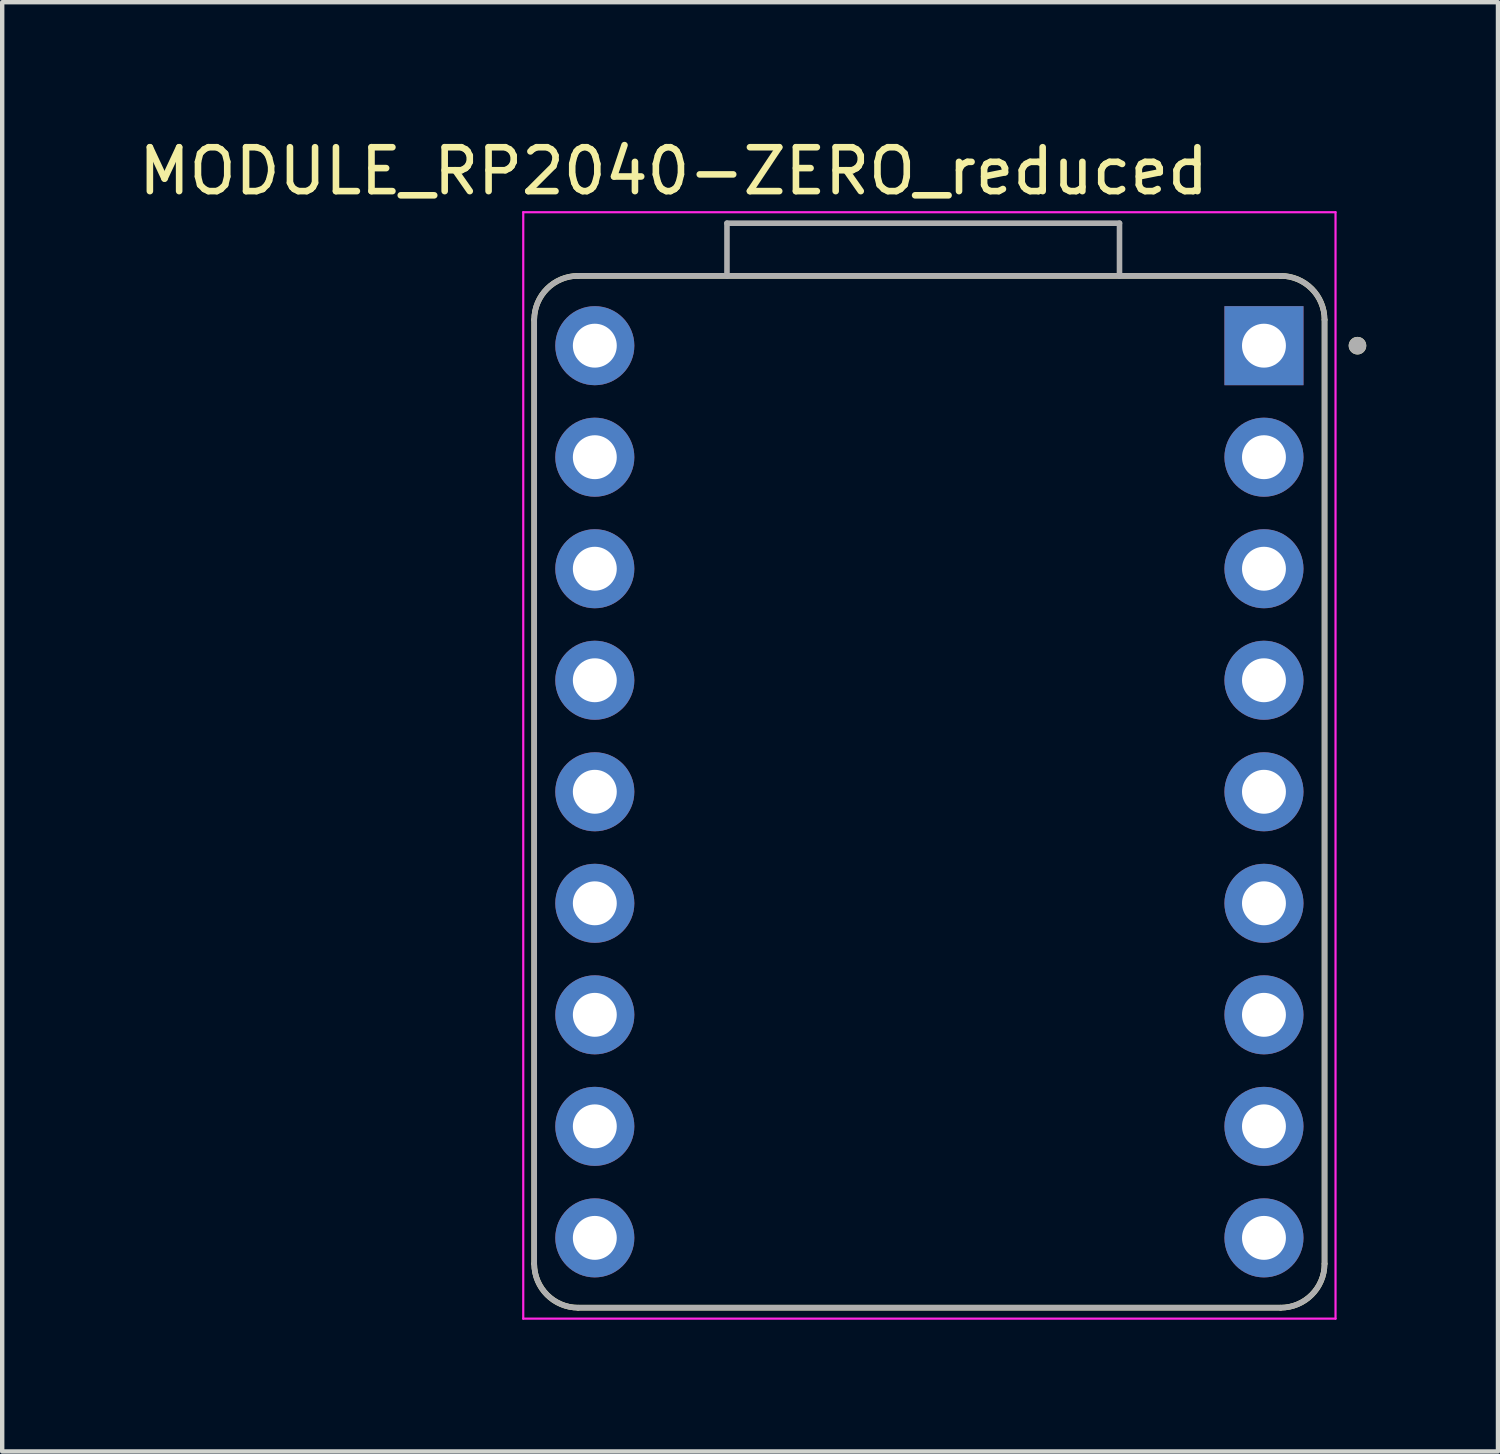
<source format=kicad_pcb>
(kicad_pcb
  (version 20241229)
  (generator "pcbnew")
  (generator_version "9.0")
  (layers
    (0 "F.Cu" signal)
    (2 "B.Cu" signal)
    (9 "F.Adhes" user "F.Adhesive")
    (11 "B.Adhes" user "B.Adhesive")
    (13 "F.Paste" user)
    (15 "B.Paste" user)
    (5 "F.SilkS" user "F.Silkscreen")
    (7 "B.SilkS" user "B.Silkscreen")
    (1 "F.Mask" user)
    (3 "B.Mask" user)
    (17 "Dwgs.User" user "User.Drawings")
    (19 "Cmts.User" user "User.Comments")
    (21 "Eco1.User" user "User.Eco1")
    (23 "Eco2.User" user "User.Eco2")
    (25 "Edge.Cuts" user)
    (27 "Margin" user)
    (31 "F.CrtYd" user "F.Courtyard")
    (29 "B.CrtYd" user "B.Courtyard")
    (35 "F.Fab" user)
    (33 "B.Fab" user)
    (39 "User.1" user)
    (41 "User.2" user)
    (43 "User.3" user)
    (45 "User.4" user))
  (footprint "MODULE_RP2040-ZERO_reduced"
    (layer "F.Cu")
    (at 18.117 14.983)
    (property "Reference" "MODULE_RP2040-ZERO_reduced" (at -5.825 -14.135 0) (layer "F.SilkS") (effects (font (size 1 1) (thickness 0.15))))
    (attr through_hole)
    (fp_line (start -9 -10.75) (end -9 10.75) (stroke (width 0.127) (type solid)) (layer "F.SilkS"))
    (fp_line (start -8 11.75) (end 8 11.75) (stroke (width 0.127) (type solid)) (layer "F.SilkS"))
    (fp_line (start 8 -11.75) (end -8 -11.75) (stroke (width 0.127) (type solid)) (layer "F.SilkS"))
    (fp_line (start 9 10.75) (end 9 -10.75) (stroke (width 0.127) (type solid)) (layer "F.SilkS"))
    (fp_arc (start -9 -10.75) (mid -8.707107 -11.457107) (end -8 -11.75) (stroke (width 0.127) (type solid)) (layer "F.SilkS"))
    (fp_arc (start -8 11.75) (mid -8.707107 11.457107) (end -9 10.75) (stroke (width 0.127) (type solid)) (layer "F.SilkS"))
    (fp_arc (start 8 -11.75) (mid 8.707107 -11.457107) (end 9 -10.75) (stroke (width 0.127) (type solid)) (layer "F.SilkS"))
    (fp_arc (start 9 10.75) (mid 8.707107 11.457107) (end 8 11.75) (stroke (width 0.127) (type solid)) (layer "F.SilkS"))
    (fp_circle (center 9.75 -10.16) (end 9.85 -10.16) (stroke (width 0.2) (type solid)) (fill no) (layer "F.SilkS"))
    (fp_line (start -9.25 -13.2) (end -9.25 12) (stroke (width 0.05) (type solid)) (layer "F.CrtYd"))
    (fp_line (start -9.25 12) (end 9.25 12) (stroke (width 0.05) (type solid)) (layer "F.CrtYd"))
    (fp_line (start 9.25 -13.2) (end -9.25 -13.2) (stroke (width 0.05) (type solid)) (layer "F.CrtYd"))
    (fp_line (start 9.25 12) (end 9.25 -13.2) (stroke (width 0.05) (type solid)) (layer "F.CrtYd"))
    (fp_line (start -9 -10.75) (end -9 10.75) (stroke (width 0.127) (type solid)) (layer "F.Fab"))
    (fp_line (start -8 11.75) (end 8 11.75) (stroke (width 0.127) (type solid)) (layer "F.Fab"))
    (fp_line (start -4.61 -12.95) (end -4.61 -11.75) (stroke (width 0.127) (type solid)) (layer "F.Fab"))
    (fp_line (start -4.61 -12.95) (end 4.33 -12.95) (stroke (width 0.127) (type solid)) (layer "F.Fab"))
    (fp_line (start -4.61 -11.75) (end -8 -11.75) (stroke (width 0.127) (type solid)) (layer "F.Fab"))
    (fp_line (start 4.33 -12.95) (end 4.33 -11.75) (stroke (width 0.127) (type solid)) (layer "F.Fab"))
    (fp_line (start 4.33 -11.75) (end -4.61 -11.75) (stroke (width 0.127) (type solid)) (layer "F.Fab"))
    (fp_line (start 8 -11.75) (end 4.33 -11.75) (stroke (width 0.127) (type solid)) (layer "F.Fab"))
    (fp_line (start 9 10.75) (end 9 -10.75) (stroke (width 0.127) (type solid)) (layer "F.Fab"))
    (fp_arc (start -9 -10.75) (mid -8.707107 -11.457107) (end -8 -11.75) (stroke (width 0.127) (type solid)) (layer "F.Fab"))
    (fp_arc (start -8 11.75) (mid -8.707107 11.457107) (end -9 10.75) (stroke (width 0.127) (type solid)) (layer "F.Fab"))
    (fp_arc (start 8 -11.75) (mid 8.707107 -11.457107) (end 9 -10.75) (stroke (width 0.127) (type solid)) (layer "F.Fab"))
    (fp_arc (start 9 10.75) (mid 8.707107 11.457107) (end 8 11.75) (stroke (width 0.127) (type solid)) (layer "F.Fab"))
    (fp_circle (center 9.75 -10.16) (end 9.85 -10.16) (stroke (width 0.2) (type solid)) (fill no) (layer "F.Fab"))
    (pad "1" thru_hole rect (at 7.62 -10.16) (size 1.8 1.8) (drill 1) (layers "*.Cu" "*.Mask"))
    (pad "2" thru_hole circle (at 7.62 -7.62) (size 1.8 1.8) (drill 1) (layers "*.Cu" "*.Mask"))
    (pad "3" thru_hole circle (at 7.62 -5.08) (size 1.8 1.8) (drill 1) (layers "*.Cu" "*.Mask"))
    (pad "4" thru_hole circle (at 7.62 -2.54) (size 1.8 1.8) (drill 1) (layers "*.Cu" "*.Mask"))
    (pad "5" thru_hole circle (at 7.62 0) (size 1.8 1.8) (drill 1) (layers "*.Cu" "*.Mask"))
    (pad "6" thru_hole circle (at 7.62 2.54) (size 1.8 1.8) (drill 1) (layers "*.Cu" "*.Mask"))
    (pad "7" thru_hole circle (at 7.62 5.08) (size 1.8 1.8) (drill 1) (layers "*.Cu" "*.Mask"))
    (pad "8" thru_hole circle (at 7.62 7.62) (size 1.8 1.8) (drill 1) (layers "*.Cu" "*.Mask"))
    (pad "9" thru_hole circle (at 7.62 10.16) (size 1.8 1.8) (drill 1) (layers "*.Cu" "*.Mask"))
    (pad "15" thru_hole circle (at -7.62 10.16) (size 1.8 1.8) (drill 1) (layers "*.Cu" "*.Mask"))
    (pad "16" thru_hole circle (at -7.62 7.62) (size 1.8 1.8) (drill 1) (layers "*.Cu" "*.Mask"))
    (pad "17" thru_hole circle (at -7.62 5.08) (size 1.8 1.8) (drill 1) (layers "*.Cu" "*.Mask"))
    (pad "18" thru_hole circle (at -7.62 2.54) (size 1.8 1.8) (drill 1) (layers "*.Cu" "*.Mask"))
    (pad "19" thru_hole circle (at -7.62 0) (size 1.8 1.8) (drill 1) (layers "*.Cu" "*.Mask"))
    (pad "20" thru_hole circle (at -7.62 -2.54) (size 1.8 1.8) (drill 1) (layers "*.Cu" "*.Mask"))
    (pad "21" thru_hole circle (at -7.62 -5.08) (size 1.8 1.8) (drill 1) (layers "*.Cu" "*.Mask"))
    (pad "22" thru_hole circle (at -7.62 -7.62) (size 1.8 1.8) (drill 1) (layers "*.Cu" "*.Mask"))
    (pad "23" thru_hole circle (at -7.62 -10.16) (size 1.8 1.8) (drill 1) (layers "*.Cu" "*.Mask")))
  (gr_rect
    (start -3 -3)
    (end 31.067 30.008)
    (stroke (width 0.1) (type default))
    (fill no)
    (layer "Edge.Cuts")))
</source>
